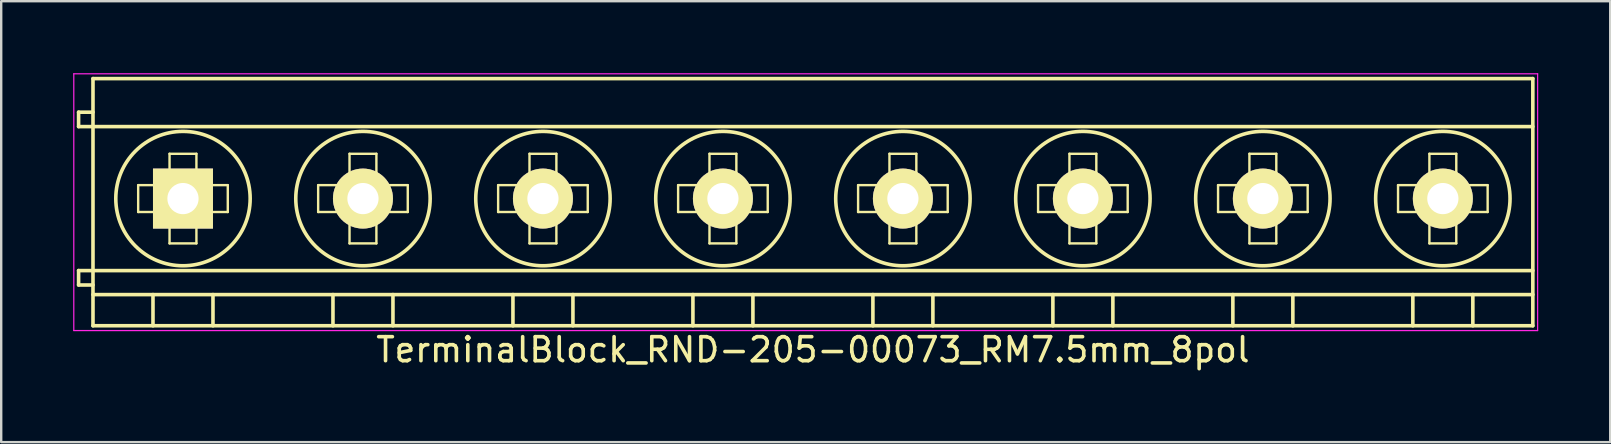
<source format=kicad_pcb>
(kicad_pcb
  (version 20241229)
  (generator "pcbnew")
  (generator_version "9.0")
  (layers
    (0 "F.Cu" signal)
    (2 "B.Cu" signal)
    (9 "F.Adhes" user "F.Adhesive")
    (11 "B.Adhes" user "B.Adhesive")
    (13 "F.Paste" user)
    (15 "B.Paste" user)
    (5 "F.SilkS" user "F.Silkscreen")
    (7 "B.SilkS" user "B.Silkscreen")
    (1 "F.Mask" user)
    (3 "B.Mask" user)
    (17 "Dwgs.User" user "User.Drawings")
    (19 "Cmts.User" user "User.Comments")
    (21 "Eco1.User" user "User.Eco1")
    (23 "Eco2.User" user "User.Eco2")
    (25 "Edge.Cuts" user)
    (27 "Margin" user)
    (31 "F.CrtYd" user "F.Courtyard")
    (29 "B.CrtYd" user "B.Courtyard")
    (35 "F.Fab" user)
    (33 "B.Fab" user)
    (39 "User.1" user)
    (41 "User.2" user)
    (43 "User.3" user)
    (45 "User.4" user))
  (footprint "TerminalBlock_RND-205-00073_RM7.5mm_8pol"
    (layer "F.Cu")
    (at 4.575 5.225)
    (property "Reference" "TerminalBlock_RND-205-00073_RM7.5mm_8pol" (at 26.25 6.3 0) (layer "F.SilkS") (effects (font (size 1 1) (thickness 0.15))))
    (attr through_hole)
    (fp_line (start -4.35 -3.6) (end -4.35 -3) (stroke (width 0.15) (type solid)) (layer "F.SilkS"))
    (fp_line (start -4.35 -3) (end -3.75 -3) (stroke (width 0.15) (type solid)) (layer "F.SilkS"))
    (fp_line (start -4.35 3) (end -4.35 3.6) (stroke (width 0.15) (type solid)) (layer "F.SilkS"))
    (fp_line (start -4.35 3.6) (end -3.75 3.6) (stroke (width 0.15) (type solid)) (layer "F.SilkS"))
    (fp_line (start -3.75 -5) (end 56.25 -5) (stroke (width 0.15) (type solid)) (layer "F.SilkS"))
    (fp_line (start -3.75 -3.6) (end -4.35 -3.6) (stroke (width 0.15) (type solid)) (layer "F.SilkS"))
    (fp_line (start -3.75 -3) (end 56.25 -3) (stroke (width 0.15) (type solid)) (layer "F.SilkS"))
    (fp_line (start -3.75 3) (end -4.35 3) (stroke (width 0.15) (type solid)) (layer "F.SilkS"))
    (fp_line (start -3.75 3) (end 56.25 3) (stroke (width 0.15) (type solid)) (layer "F.SilkS"))
    (fp_line (start -3.75 4) (end 56.25 4) (stroke (width 0.15) (type solid)) (layer "F.SilkS"))
    (fp_line (start -3.75 5.3) (end -3.75 -5) (stroke (width 0.15) (type solid)) (layer "F.SilkS"))
    (fp_line (start -1.867 -0.56) (end -0.56 -0.56) (stroke (width 0.1) (type solid)) (layer "F.SilkS"))
    (fp_line (start -1.867 0.56) (end -1.867 -0.56) (stroke (width 0.1) (type solid)) (layer "F.SilkS"))
    (fp_line (start -1.25 4) (end -1.25 5.3) (stroke (width 0.15) (type solid)) (layer "F.SilkS"))
    (fp_line (start -0.56 -1.867) (end 0.56 -1.867) (stroke (width 0.1) (type solid)) (layer "F.SilkS"))
    (fp_line (start -0.56 -0.56) (end -0.56 -1.867) (stroke (width 0.1) (type solid)) (layer "F.SilkS"))
    (fp_line (start -0.56 0.56) (end -1.867 0.56) (stroke (width 0.1) (type solid)) (layer "F.SilkS"))
    (fp_line (start -0.56 1.867) (end -0.56 0.56) (stroke (width 0.1) (type solid)) (layer "F.SilkS"))
    (fp_line (start 0.56 -1.867) (end 0.56 -0.56) (stroke (width 0.1) (type solid)) (layer "F.SilkS"))
    (fp_line (start 0.56 -0.56) (end 1.867 -0.56) (stroke (width 0.1) (type solid)) (layer "F.SilkS"))
    (fp_line (start 0.56 0.56) (end 0.56 1.867) (stroke (width 0.1) (type solid)) (layer "F.SilkS"))
    (fp_line (start 0.56 1.867) (end -0.56 1.867) (stroke (width 0.1) (type solid)) (layer "F.SilkS"))
    (fp_line (start 1.25 4) (end 1.25 5.3) (stroke (width 0.15) (type solid)) (layer "F.SilkS"))
    (fp_line (start 1.867 -0.56) (end 1.867 0.56) (stroke (width 0.1) (type solid)) (layer "F.SilkS"))
    (fp_line (start 1.867 0.56) (end 0.56 0.56) (stroke (width 0.1) (type solid)) (layer "F.SilkS"))
    (fp_line (start 5.633 -0.56) (end 6.94 -0.56) (stroke (width 0.1) (type solid)) (layer "F.SilkS"))
    (fp_line (start 5.633 0.56) (end 5.633 -0.56) (stroke (width 0.1) (type solid)) (layer "F.SilkS"))
    (fp_line (start 6.25 4) (end 6.25 5.3) (stroke (width 0.15) (type solid)) (layer "F.SilkS"))
    (fp_line (start 6.94 -1.867) (end 8.06 -1.867) (stroke (width 0.1) (type solid)) (layer "F.SilkS"))
    (fp_line (start 6.94 -0.56) (end 6.94 -1.867) (stroke (width 0.1) (type solid)) (layer "F.SilkS"))
    (fp_line (start 6.94 0.56) (end 5.633 0.56) (stroke (width 0.1) (type solid)) (layer "F.SilkS"))
    (fp_line (start 6.94 1.867) (end 6.94 0.56) (stroke (width 0.1) (type solid)) (layer "F.SilkS"))
    (fp_line (start 8.06 -1.867) (end 8.06 -0.56) (stroke (width 0.1) (type solid)) (layer "F.SilkS"))
    (fp_line (start 8.06 -0.56) (end 9.367 -0.56) (stroke (width 0.1) (type solid)) (layer "F.SilkS"))
    (fp_line (start 8.06 0.56) (end 8.06 1.867) (stroke (width 0.1) (type solid)) (layer "F.SilkS"))
    (fp_line (start 8.06 1.867) (end 6.94 1.867) (stroke (width 0.1) (type solid)) (layer "F.SilkS"))
    (fp_line (start 8.75 4) (end 8.75 5.3) (stroke (width 0.15) (type solid)) (layer "F.SilkS"))
    (fp_line (start 9.367 -0.56) (end 9.367 0.56) (stroke (width 0.1) (type solid)) (layer "F.SilkS"))
    (fp_line (start 9.367 0.56) (end 8.06 0.56) (stroke (width 0.1) (type solid)) (layer "F.SilkS"))
    (fp_line (start 13.133 -0.56) (end 14.44 -0.56) (stroke (width 0.1) (type solid)) (layer "F.SilkS"))
    (fp_line (start 13.133 0.56) (end 13.133 -0.56) (stroke (width 0.1) (type solid)) (layer "F.SilkS"))
    (fp_line (start 13.75 4) (end 13.75 5.3) (stroke (width 0.15) (type solid)) (layer "F.SilkS"))
    (fp_line (start 14.44 -1.867) (end 15.56 -1.867) (stroke (width 0.1) (type solid)) (layer "F.SilkS"))
    (fp_line (start 14.44 -0.56) (end 14.44 -1.867) (stroke (width 0.1) (type solid)) (layer "F.SilkS"))
    (fp_line (start 14.44 0.56) (end 13.133 0.56) (stroke (width 0.1) (type solid)) (layer "F.SilkS"))
    (fp_line (start 14.44 1.867) (end 14.44 0.56) (stroke (width 0.1) (type solid)) (layer "F.SilkS"))
    (fp_line (start 15.56 -1.867) (end 15.56 -0.56) (stroke (width 0.1) (type solid)) (layer "F.SilkS"))
    (fp_line (start 15.56 -0.56) (end 16.867 -0.56) (stroke (width 0.1) (type solid)) (layer "F.SilkS"))
    (fp_line (start 15.56 0.56) (end 15.56 1.867) (stroke (width 0.1) (type solid)) (layer "F.SilkS"))
    (fp_line (start 15.56 1.867) (end 14.44 1.867) (stroke (width 0.1) (type solid)) (layer "F.SilkS"))
    (fp_line (start 16.25 4) (end 16.25 5.3) (stroke (width 0.15) (type solid)) (layer "F.SilkS"))
    (fp_line (start 16.867 -0.56) (end 16.867 0.56) (stroke (width 0.1) (type solid)) (layer "F.SilkS"))
    (fp_line (start 16.867 0.56) (end 15.56 0.56) (stroke (width 0.1) (type solid)) (layer "F.SilkS"))
    (fp_line (start 20.633 -0.56) (end 21.94 -0.56) (stroke (width 0.1) (type solid)) (layer "F.SilkS"))
    (fp_line (start 20.633 0.56) (end 20.633 -0.56) (stroke (width 0.1) (type solid)) (layer "F.SilkS"))
    (fp_line (start 21.25 4) (end 21.25 5.3) (stroke (width 0.15) (type solid)) (layer "F.SilkS"))
    (fp_line (start 21.94 -1.867) (end 23.06 -1.867) (stroke (width 0.1) (type solid)) (layer "F.SilkS"))
    (fp_line (start 21.94 -0.56) (end 21.94 -1.867) (stroke (width 0.1) (type solid)) (layer "F.SilkS"))
    (fp_line (start 21.94 0.56) (end 20.633 0.56) (stroke (width 0.1) (type solid)) (layer "F.SilkS"))
    (fp_line (start 21.94 1.867) (end 21.94 0.56) (stroke (width 0.1) (type solid)) (layer "F.SilkS"))
    (fp_line (start 23.06 -1.867) (end 23.06 -0.56) (stroke (width 0.1) (type solid)) (layer "F.SilkS"))
    (fp_line (start 23.06 -0.56) (end 24.367 -0.56) (stroke (width 0.1) (type solid)) (layer "F.SilkS"))
    (fp_line (start 23.06 0.56) (end 23.06 1.867) (stroke (width 0.1) (type solid)) (layer "F.SilkS"))
    (fp_line (start 23.06 1.867) (end 21.94 1.867) (stroke (width 0.1) (type solid)) (layer "F.SilkS"))
    (fp_line (start 23.75 4) (end 23.75 5.3) (stroke (width 0.15) (type solid)) (layer "F.SilkS"))
    (fp_line (start 24.367 -0.56) (end 24.367 0.56) (stroke (width 0.1) (type solid)) (layer "F.SilkS"))
    (fp_line (start 24.367 0.56) (end 23.06 0.56) (stroke (width 0.1) (type solid)) (layer "F.SilkS"))
    (fp_line (start 28.133 -0.56) (end 29.44 -0.56) (stroke (width 0.1) (type solid)) (layer "F.SilkS"))
    (fp_line (start 28.133 0.56) (end 28.133 -0.56) (stroke (width 0.1) (type solid)) (layer "F.SilkS"))
    (fp_line (start 28.75 4) (end 28.75 5.3) (stroke (width 0.15) (type solid)) (layer "F.SilkS"))
    (fp_line (start 29.44 -1.867) (end 30.56 -1.867) (stroke (width 0.1) (type solid)) (layer "F.SilkS"))
    (fp_line (start 29.44 -0.56) (end 29.44 -1.867) (stroke (width 0.1) (type solid)) (layer "F.SilkS"))
    (fp_line (start 29.44 0.56) (end 28.133 0.56) (stroke (width 0.1) (type solid)) (layer "F.SilkS"))
    (fp_line (start 29.44 1.867) (end 29.44 0.56) (stroke (width 0.1) (type solid)) (layer "F.SilkS"))
    (fp_line (start 30.56 -1.867) (end 30.56 -0.56) (stroke (width 0.1) (type solid)) (layer "F.SilkS"))
    (fp_line (start 30.56 -0.56) (end 31.867 -0.56) (stroke (width 0.1) (type solid)) (layer "F.SilkS"))
    (fp_line (start 30.56 0.56) (end 30.56 1.867) (stroke (width 0.1) (type solid)) (layer "F.SilkS"))
    (fp_line (start 30.56 1.867) (end 29.44 1.867) (stroke (width 0.1) (type solid)) (layer "F.SilkS"))
    (fp_line (start 31.25 4) (end 31.25 5.3) (stroke (width 0.15) (type solid)) (layer "F.SilkS"))
    (fp_line (start 31.867 -0.56) (end 31.867 0.56) (stroke (width 0.1) (type solid)) (layer "F.SilkS"))
    (fp_line (start 31.867 0.56) (end 30.56 0.56) (stroke (width 0.1) (type solid)) (layer "F.SilkS"))
    (fp_line (start 35.633 -0.56) (end 36.94 -0.56) (stroke (width 0.1) (type solid)) (layer "F.SilkS"))
    (fp_line (start 35.633 0.56) (end 35.633 -0.56) (stroke (width 0.1) (type solid)) (layer "F.SilkS"))
    (fp_line (start 36.25 4) (end 36.25 5.3) (stroke (width 0.15) (type solid)) (layer "F.SilkS"))
    (fp_line (start 36.94 -1.867) (end 38.06 -1.867) (stroke (width 0.1) (type solid)) (layer "F.SilkS"))
    (fp_line (start 36.94 -0.56) (end 36.94 -1.867) (stroke (width 0.1) (type solid)) (layer "F.SilkS"))
    (fp_line (start 36.94 0.56) (end 35.633 0.56) (stroke (width 0.1) (type solid)) (layer "F.SilkS"))
    (fp_line (start 36.94 1.867) (end 36.94 0.56) (stroke (width 0.1) (type solid)) (layer "F.SilkS"))
    (fp_line (start 38.06 -1.867) (end 38.06 -0.56) (stroke (width 0.1) (type solid)) (layer "F.SilkS"))
    (fp_line (start 38.06 -0.56) (end 39.367 -0.56) (stroke (width 0.1) (type solid)) (layer "F.SilkS"))
    (fp_line (start 38.06 0.56) (end 38.06 1.867) (stroke (width 0.1) (type solid)) (layer "F.SilkS"))
    (fp_line (start 38.06 1.867) (end 36.94 1.867) (stroke (width 0.1) (type solid)) (layer "F.SilkS"))
    (fp_line (start 38.75 4) (end 38.75 5.3) (stroke (width 0.15) (type solid)) (layer "F.SilkS"))
    (fp_line (start 39.367 -0.56) (end 39.367 0.56) (stroke (width 0.1) (type solid)) (layer "F.SilkS"))
    (fp_line (start 39.367 0.56) (end 38.06 0.56) (stroke (width 0.1) (type solid)) (layer "F.SilkS"))
    (fp_line (start 43.133 -0.56) (end 44.44 -0.56) (stroke (width 0.1) (type solid)) (layer "F.SilkS"))
    (fp_line (start 43.133 0.56) (end 43.133 -0.56) (stroke (width 0.1) (type solid)) (layer "F.SilkS"))
    (fp_line (start 43.75 4) (end 43.75 5.3) (stroke (width 0.15) (type solid)) (layer "F.SilkS"))
    (fp_line (start 44.44 -1.867) (end 45.56 -1.867) (stroke (width 0.1) (type solid)) (layer "F.SilkS"))
    (fp_line (start 44.44 -0.56) (end 44.44 -1.867) (stroke (width 0.1) (type solid)) (layer "F.SilkS"))
    (fp_line (start 44.44 0.56) (end 43.133 0.56) (stroke (width 0.1) (type solid)) (layer "F.SilkS"))
    (fp_line (start 44.44 1.867) (end 44.44 0.56) (stroke (width 0.1) (type solid)) (layer "F.SilkS"))
    (fp_line (start 45.56 -1.867) (end 45.56 -0.56) (stroke (width 0.1) (type solid)) (layer "F.SilkS"))
    (fp_line (start 45.56 -0.56) (end 46.867 -0.56) (stroke (width 0.1) (type solid)) (layer "F.SilkS"))
    (fp_line (start 45.56 0.56) (end 45.56 1.867) (stroke (width 0.1) (type solid)) (layer "F.SilkS"))
    (fp_line (start 45.56 1.867) (end 44.44 1.867) (stroke (width 0.1) (type solid)) (layer "F.SilkS"))
    (fp_line (start 46.25 4) (end 46.25 5.3) (stroke (width 0.15) (type solid)) (layer "F.SilkS"))
    (fp_line (start 46.867 -0.56) (end 46.867 0.56) (stroke (width 0.1) (type solid)) (layer "F.SilkS"))
    (fp_line (start 46.867 0.56) (end 45.56 0.56) (stroke (width 0.1) (type solid)) (layer "F.SilkS"))
    (fp_line (start 50.633 -0.56) (end 51.94 -0.56) (stroke (width 0.1) (type solid)) (layer "F.SilkS"))
    (fp_line (start 50.633 0.56) (end 50.633 -0.56) (stroke (width 0.1) (type solid)) (layer "F.SilkS"))
    (fp_line (start 51.25 4) (end 51.25 5.3) (stroke (width 0.15) (type solid)) (layer "F.SilkS"))
    (fp_line (start 51.94 -1.867) (end 53.06 -1.867) (stroke (width 0.1) (type solid)) (layer "F.SilkS"))
    (fp_line (start 51.94 -0.56) (end 51.94 -1.867) (stroke (width 0.1) (type solid)) (layer "F.SilkS"))
    (fp_line (start 51.94 0.56) (end 50.633 0.56) (stroke (width 0.1) (type solid)) (layer "F.SilkS"))
    (fp_line (start 51.94 1.867) (end 51.94 0.56) (stroke (width 0.1) (type solid)) (layer "F.SilkS"))
    (fp_line (start 53.06 -1.867) (end 53.06 -0.56) (stroke (width 0.1) (type solid)) (layer "F.SilkS"))
    (fp_line (start 53.06 -0.56) (end 54.367 -0.56) (stroke (width 0.1) (type solid)) (layer "F.SilkS"))
    (fp_line (start 53.06 0.56) (end 53.06 1.867) (stroke (width 0.1) (type solid)) (layer "F.SilkS"))
    (fp_line (start 53.06 1.867) (end 51.94 1.867) (stroke (width 0.1) (type solid)) (layer "F.SilkS"))
    (fp_line (start 53.75 4) (end 53.75 5.3) (stroke (width 0.15) (type solid)) (layer "F.SilkS"))
    (fp_line (start 54.367 -0.56) (end 54.367 0.56) (stroke (width 0.1) (type solid)) (layer "F.SilkS"))
    (fp_line (start 54.367 0.56) (end 53.06 0.56) (stroke (width 0.1) (type solid)) (layer "F.SilkS"))
    (fp_line (start 56.25 -5) (end 56.25 5.3) (stroke (width 0.15) (type solid)) (layer "F.SilkS"))
    (fp_line (start 56.25 5.3) (end -3.75 5.3) (stroke (width 0.15) (type solid)) (layer "F.SilkS"))
    (fp_circle (center 0 0) (end -2.8 0) (stroke (width 0.15) (type solid)) (fill no) (layer "F.SilkS"))
    (fp_circle (center 7.5 0) (end 4.7 0) (stroke (width 0.15) (type solid)) (fill no) (layer "F.SilkS"))
    (fp_circle (center 15 0) (end 12.2 0) (stroke (width 0.15) (type solid)) (fill no) (layer "F.SilkS"))
    (fp_circle (center 22.5 0) (end 19.7 0) (stroke (width 0.15) (type solid)) (fill no) (layer "F.SilkS"))
    (fp_circle (center 30 0) (end 27.2 0) (stroke (width 0.15) (type solid)) (fill no) (layer "F.SilkS"))
    (fp_circle (center 37.5 0) (end 34.7 0) (stroke (width 0.15) (type solid)) (fill no) (layer "F.SilkS"))
    (fp_circle (center 45 0) (end 42.2 0) (stroke (width 0.15) (type solid)) (fill no) (layer "F.SilkS"))
    (fp_circle (center 52.5 0) (end 49.7 0) (stroke (width 0.15) (type solid)) (fill no) (layer "F.SilkS"))
    (fp_line (start -4.55 -5.2) (end 56.45 -5.2) (stroke (width 0.05) (type solid)) (layer "F.CrtYd"))
    (fp_line (start -4.55 5.5) (end -4.55 -5.2) (stroke (width 0.05) (type solid)) (layer "F.CrtYd"))
    (fp_line (start 56.45 -5.2) (end 56.45 5.5) (stroke (width 0.05) (type solid)) (layer "F.CrtYd"))
    (fp_line (start 56.45 5.5) (end -4.55 5.5) (stroke (width 0.05) (type solid)) (layer "F.CrtYd"))
    (pad "1" thru_hole rect (at 0 0) (size 2.5 2.5) (drill 1.3) (layers "*.Cu" "*.Mask" "F.SilkS"))
    (pad "2" thru_hole circle (at 7.5 0) (size 2.5 2.5) (drill 1.3) (layers "*.Cu" "*.Mask" "F.SilkS"))
    (pad "3" thru_hole circle (at 15 0) (size 2.5 2.5) (drill 1.3) (layers "*.Cu" "*.Mask" "F.SilkS"))
    (pad "4" thru_hole circle (at 22.5 0) (size 2.5 2.5) (drill 1.3) (layers "*.Cu" "*.Mask" "F.SilkS"))
    (pad "5" thru_hole circle (at 30 0) (size 2.5 2.5) (drill 1.3) (layers "*.Cu" "*.Mask" "F.SilkS"))
    (pad "6" thru_hole circle (at 37.5 0) (size 2.5 2.5) (drill 1.3) (layers "*.Cu" "*.Mask" "F.SilkS"))
    (pad "7" thru_hole circle (at 45 0) (size 2.5 2.5) (drill 1.3) (layers "*.Cu" "*.Mask" "F.SilkS"))
    (pad "8" thru_hole circle (at 52.5 0) (size 2.5 2.5) (drill 1.3) (layers "*.Cu" "*.Mask" "F.SilkS")))
  (gr_rect
    (start -3 -3)
    (end 64.05 15.373)
    (stroke (width 0.1) (type default))
    (fill no)
    (layer "Edge.Cuts")))
</source>
